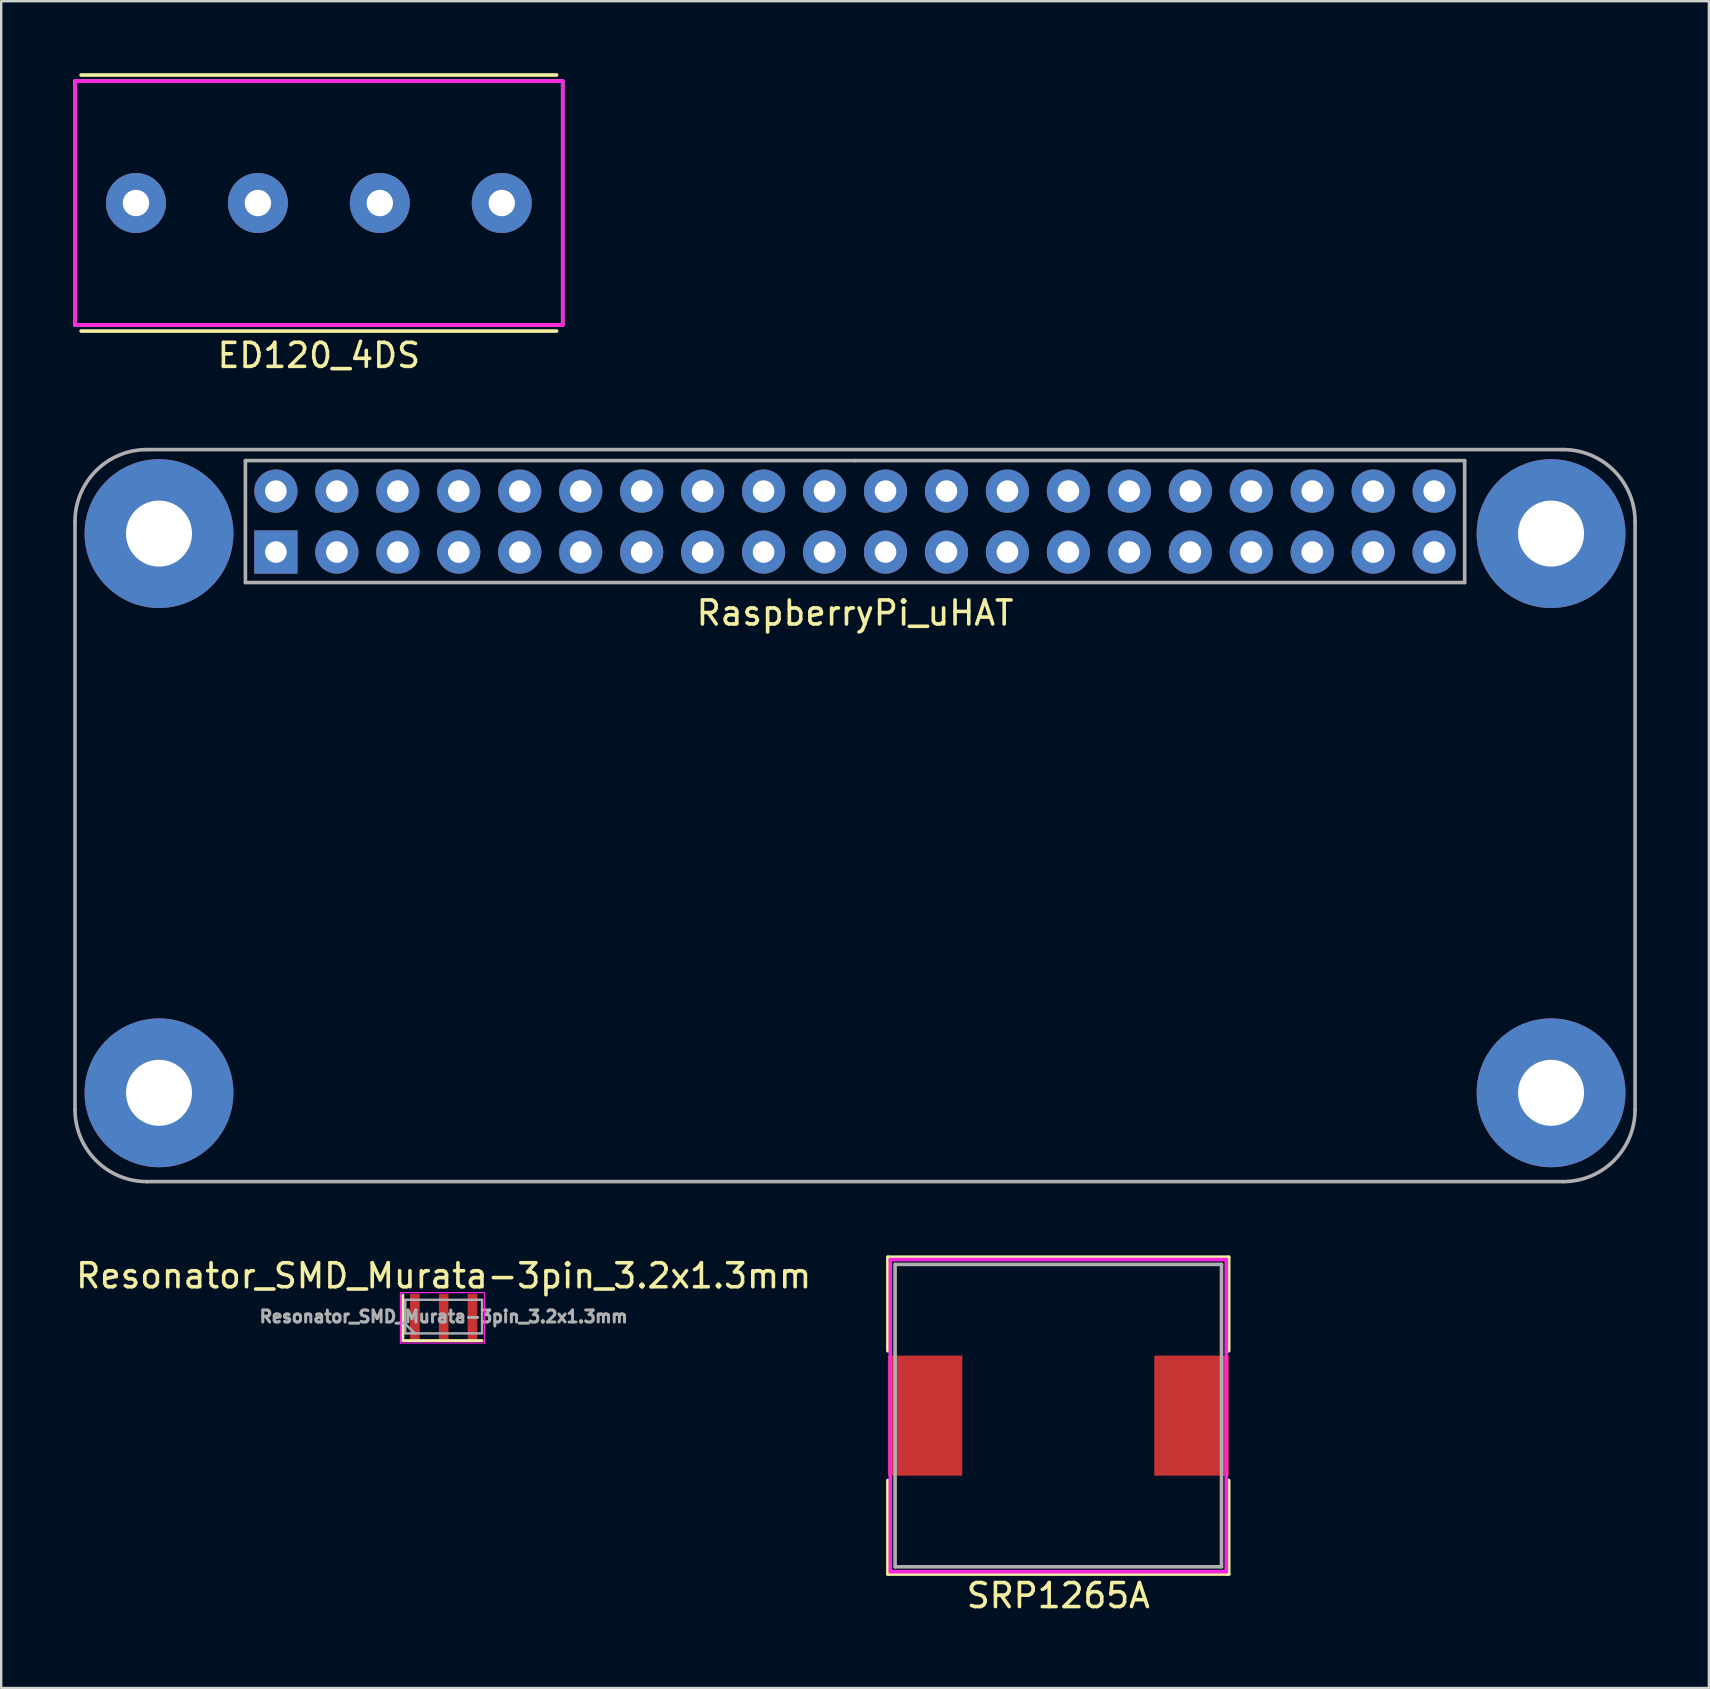
<source format=kicad_pcb>
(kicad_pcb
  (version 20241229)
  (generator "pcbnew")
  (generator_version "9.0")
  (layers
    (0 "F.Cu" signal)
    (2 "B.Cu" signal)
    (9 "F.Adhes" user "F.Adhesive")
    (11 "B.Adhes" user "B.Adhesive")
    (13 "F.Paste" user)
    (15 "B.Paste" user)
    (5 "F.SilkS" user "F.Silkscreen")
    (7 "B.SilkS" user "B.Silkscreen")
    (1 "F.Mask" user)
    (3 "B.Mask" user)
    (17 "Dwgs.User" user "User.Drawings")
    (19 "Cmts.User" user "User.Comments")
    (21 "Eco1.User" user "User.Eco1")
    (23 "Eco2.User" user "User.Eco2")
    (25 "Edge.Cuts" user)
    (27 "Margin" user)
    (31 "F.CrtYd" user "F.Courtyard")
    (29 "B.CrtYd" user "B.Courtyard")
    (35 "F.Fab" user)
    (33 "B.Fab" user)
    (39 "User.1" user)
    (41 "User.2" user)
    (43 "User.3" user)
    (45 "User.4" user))
  (footprint "ED120_4DS"
    (layer "F.Cu")
    (at 10.235 5.409)
    (property "Reference" "ED120_4DS" (at 0 6.35 0) (layer "F.SilkS") (effects (font (size 1 1) (thickness 0.15))))
    (attr through_hole)
    (fp_line (start -9.906 -5.334) (end 9.906 -5.334) (stroke (width 0.15) (type solid)) (layer "F.SilkS"))
    (fp_line (start 9.906 5.334) (end -9.906 5.334) (stroke (width 0.15) (type solid)) (layer "F.SilkS"))
    (fp_line (start -10.16 -5.08) (end 10.16 -5.08) (stroke (width 0.15) (type solid)) (layer "F.CrtYd"))
    (fp_line (start -10.16 5.08) (end -10.16 -5.08) (stroke (width 0.15) (type solid)) (layer "F.CrtYd"))
    (fp_line (start 10.16 -5.08) (end 10.16 5.08) (stroke (width 0.15) (type solid)) (layer "F.CrtYd"))
    (fp_line (start 10.16 5.08) (end -10.16 5.08) (stroke (width 0.15) (type solid)) (layer "F.CrtYd"))
    (fp_line (start -10.16 -5.08) (end 10.16 -5.08) (stroke (width 0.15) (type solid)) (layer "F.Fab"))
    (fp_line (start -10.16 5.08) (end -10.16 -5.08) (stroke (width 0.15) (type solid)) (layer "F.Fab"))
    (fp_line (start 10.16 5.08) (end -10.16 5.08) (stroke (width 0.15) (type solid)) (layer "F.Fab"))
    (fp_line (start 10.16 5.08) (end 10.16 -5.08) (stroke (width 0.15) (type solid)) (layer "F.Fab"))
    (pad "1" thru_hole circle (at -7.62 0) (size 2.5 2.5) (drill 1.1) (layers "*.Cu" "*.Mask"))
    (pad "2" thru_hole circle (at -2.54 0) (size 2.5 2.5) (drill 1.1) (layers "*.Cu" "*.Mask"))
    (pad "3" thru_hole circle (at 2.54 0) (size 2.5 2.5) (drill 1.1) (layers "*.Cu" "*.Mask"))
    (pad "4" thru_hole circle (at 7.62 0) (size 2.5 2.5) (drill 1.1) (layers "*.Cu" "*.Mask")))
  (footprint "SRP1265A"
    (layer "F.Cu")
    (at 41.044 55.932)
    (property "Reference" "SRP1265A" (at 0 7.5 0) (layer "F.SilkS") (effects (font (size 1 1) (thickness 0.15))))
    (attr through_hole)
    (fp_line (start -7.1 -6.6) (end -7.1 -2.7) (stroke (width 0.15) (type solid)) (layer "F.SilkS"))
    (fp_line (start -7.1 -6.6) (end 7.1 -6.6) (stroke (width 0.15) (type solid)) (layer "F.SilkS"))
    (fp_line (start -7.1 6.6) (end -7.1 2.7) (stroke (width 0.15) (type solid)) (layer "F.SilkS"))
    (fp_line (start 7.1 -6.6) (end 7.1 -2.7) (stroke (width 0.15) (type solid)) (layer "F.SilkS"))
    (fp_line (start 7.1 2.7) (end 7.1 6.6) (stroke (width 0.15) (type solid)) (layer "F.SilkS"))
    (fp_line (start 7.1 6.6) (end -7.1 6.6) (stroke (width 0.15) (type solid)) (layer "F.SilkS"))
    (fp_line (start -7 -6.5) (end 7 -6.5) (stroke (width 0.15) (type solid)) (layer "F.CrtYd"))
    (fp_line (start -7 6.5) (end -7 -6.5) (stroke (width 0.15) (type solid)) (layer "F.CrtYd"))
    (fp_line (start 7 -6.5) (end 7 6.5) (stroke (width 0.15) (type solid)) (layer "F.CrtYd"))
    (fp_line (start 7 6.5) (end -7 6.5) (stroke (width 0.15) (type solid)) (layer "F.CrtYd"))
    (fp_line (start -6.8 -6.3) (end 6.8 -6.3) (stroke (width 0.15) (type solid)) (layer "F.Fab"))
    (fp_line (start -6.8 6.3) (end -6.8 -6.3) (stroke (width 0.15) (type solid)) (layer "F.Fab"))
    (fp_line (start 6.8 -6.3) (end 6.8 6.3) (stroke (width 0.15) (type solid)) (layer "F.Fab"))
    (fp_line (start 6.8 6.3) (end -6.8 6.3) (stroke (width 0.15) (type solid)) (layer "F.Fab"))
    (pad "1" smd rect (at -5.55 0) (size 3.1 5) (layers "F.Cu" "F.Mask" "F.Paste"))
    (pad "2" smd rect (at 5.55 0) (size 3.1 5) (layers "F.Cu" "F.Mask" "F.Paste")))
  (footprint "RaspberryPi_uHAT"
    (layer "F.Cu")
    (at 32.575 18.682)
    (property "Reference" "RaspberryPi_uHAT" (at 0 3.81 0) (layer "F.SilkS") (effects (font (size 1 1) (thickness 0.15))))
    (attr through_hole)
    (fp_line (start -32.5 0) (end -32.5 24.5) (stroke (width 0.15) (type solid)) (layer "F.Fab"))
    (fp_line (start -29.5 -3) (end 29.5 -3) (stroke (width 0.15) (type solid)) (layer "F.Fab"))
    (fp_line (start -29.5 27.5) (end 29.5 27.5) (stroke (width 0.15) (type solid)) (layer "F.Fab"))
    (fp_line (start -25.4 -2.54) (end -25.4 2.54) (stroke (width 0.15) (type solid)) (layer "F.Fab"))
    (fp_line (start -25.4 2.54) (end 25.4 2.54) (stroke (width 0.15) (type solid)) (layer "F.Fab"))
    (fp_line (start 0 -2.54) (end -25.4 -2.54) (stroke (width 0.15) (type solid)) (layer "F.Fab"))
    (fp_line (start 25.4 -2.54) (end 0 -2.54) (stroke (width 0.15) (type solid)) (layer "F.Fab"))
    (fp_line (start 25.4 2.54) (end 25.4 -2.54) (stroke (width 0.15) (type solid)) (layer "F.Fab"))
    (fp_line (start 32.5 24.5) (end 32.5 0) (stroke (width 0.15) (type solid)) (layer "F.Fab"))
    (fp_arc (start -32.5 0) (mid -31.62132 -2.12132) (end -29.5 -3) (stroke (width 0.15) (type solid)) (layer "F.Fab"))
    (fp_arc (start -29.5 27.5) (mid -31.62132 26.62132) (end -32.5 24.5) (stroke (width 0.15) (type solid)) (layer "F.Fab"))
    (fp_arc (start 29.5 -3) (mid 31.62132 -2.12132) (end 32.5 0) (stroke (width 0.15) (type solid)) (layer "F.Fab"))
    (fp_arc (start 32.5 24.5) (mid 31.62132 26.62132) (end 29.5 27.5) (stroke (width 0.15) (type solid)) (layer "F.Fab"))
    (pad "" thru_hole circle (at -29 0.5) (size 6.2 6.2) (drill 2.75) (layers "*.Cu" "*.Mask"))
    (pad "" thru_hole circle (at -29 23.8) (size 6.2 6.2) (drill 2.75) (layers "*.Cu" "*.Mask"))
    (pad "" thru_hole circle (at 29 0.5) (size 6.2 6.2) (drill 2.75) (layers "*.Cu" "*.Mask"))
    (pad "" thru_hole circle (at 29 23.8) (size 6.2 6.2) (drill 2.75) (layers "*.Cu" "*.Mask"))
    (pad "1" thru_hole rect (at -24.13 1.27) (size 1.8 1.8) (drill 0.9) (layers "*.Cu" "*.Mask"))
    (pad "2" thru_hole circle (at -21.59 1.27) (size 1.8 1.8) (drill 0.9) (layers "*.Cu" "*.Mask"))
    (pad "3" thru_hole circle (at -19.05 1.27) (size 1.8 1.8) (drill 0.9) (layers "*.Cu" "*.Mask"))
    (pad "4" thru_hole circle (at -16.51 1.27) (size 1.8 1.8) (drill 0.9) (layers "*.Cu" "*.Mask"))
    (pad "5" thru_hole circle (at -13.97 1.27) (size 1.8 1.8) (drill 0.9) (layers "*.Cu" "*.Mask"))
    (pad "6" thru_hole circle (at -11.43 1.27) (size 1.8 1.8) (drill 0.9) (layers "*.Cu" "*.Mask"))
    (pad "7" thru_hole circle (at -8.89 1.27) (size 1.8 1.8) (drill 0.9) (layers "*.Cu" "*.Mask"))
    (pad "8" thru_hole circle (at -6.35 1.27) (size 1.8 1.8) (drill 0.9) (layers "*.Cu" "*.Mask"))
    (pad "9" thru_hole circle (at -3.81 1.27) (size 1.8 1.8) (drill 0.9) (layers "*.Cu" "*.Mask"))
    (pad "10" thru_hole circle (at -1.27 1.27) (size 1.8 1.8) (drill 0.9) (layers "*.Cu" "*.Mask"))
    (pad "11" thru_hole circle (at 1.27 1.27) (size 1.8 1.8) (drill 0.9) (layers "*.Cu" "*.Mask"))
    (pad "12" thru_hole circle (at 3.81 1.27) (size 1.8 1.8) (drill 0.9) (layers "*.Cu" "*.Mask"))
    (pad "13" thru_hole circle (at 6.35 1.27) (size 1.8 1.8) (drill 0.9) (layers "*.Cu" "*.Mask"))
    (pad "14" thru_hole circle (at 8.89 1.27) (size 1.8 1.8) (drill 0.9) (layers "*.Cu" "*.Mask"))
    (pad "15" thru_hole circle (at 11.43 1.27) (size 1.8 1.8) (drill 0.9) (layers "*.Cu" "*.Mask"))
    (pad "16" thru_hole circle (at 13.97 1.27) (size 1.8 1.8) (drill 0.9) (layers "*.Cu" "*.Mask"))
    (pad "17" thru_hole circle (at 16.51 1.27) (size 1.8 1.8) (drill 0.9) (layers "*.Cu" "*.Mask"))
    (pad "18" thru_hole circle (at 19.05 1.27) (size 1.8 1.8) (drill 0.9) (layers "*.Cu" "*.Mask"))
    (pad "19" thru_hole circle (at 21.59 1.27) (size 1.8 1.8) (drill 0.9) (layers "*.Cu" "*.Mask"))
    (pad "20" thru_hole circle (at 24.13 1.27) (size 1.8 1.8) (drill 0.9) (layers "*.Cu" "*.Mask"))
    (pad "21" thru_hole circle (at 24.13 -1.27) (size 1.8 1.8) (drill 0.9) (layers "*.Cu" "*.Mask"))
    (pad "22" thru_hole circle (at 21.59 -1.27) (size 1.8 1.8) (drill 0.9) (layers "*.Cu" "*.Mask"))
    (pad "23" thru_hole circle (at 19.05 -1.27) (size 1.8 1.8) (drill 0.9) (layers "*.Cu" "*.Mask"))
    (pad "24" thru_hole circle (at 16.51 -1.27) (size 1.8 1.8) (drill 0.9) (layers "*.Cu" "*.Mask"))
    (pad "25" thru_hole circle (at 13.97 -1.27) (size 1.8 1.8) (drill 0.9) (layers "*.Cu" "*.Mask"))
    (pad "26" thru_hole circle (at 11.43 -1.27) (size 1.8 1.8) (drill 0.9) (layers "*.Cu" "*.Mask"))
    (pad "27" thru_hole circle (at 8.89 -1.27) (size 1.8 1.8) (drill 0.9) (layers "*.Cu" "*.Mask"))
    (pad "28" thru_hole circle (at 6.35 -1.27) (size 1.8 1.8) (drill 0.9) (layers "*.Cu" "*.Mask"))
    (pad "29" thru_hole circle (at 3.81 -1.27) (size 1.8 1.8) (drill 0.9) (layers "*.Cu" "*.Mask"))
    (pad "30" thru_hole circle (at 1.27 -1.27) (size 1.8 1.8) (drill 0.9) (layers "*.Cu" "*.Mask"))
    (pad "31" thru_hole circle (at -1.27 -1.27) (size 1.8 1.8) (drill 0.9) (layers "*.Cu" "*.Mask"))
    (pad "32" thru_hole circle (at -3.81 -1.27) (size 1.8 1.8) (drill 0.9) (layers "*.Cu" "*.Mask"))
    (pad "33" thru_hole circle (at -6.35 -1.27) (size 1.8 1.8) (drill 0.9) (layers "*.Cu" "*.Mask"))
    (pad "34" thru_hole circle (at -8.89 -1.27) (size 1.8 1.8) (drill 0.9) (layers "*.Cu" "*.Mask"))
    (pad "35" thru_hole circle (at -11.43 -1.27) (size 1.8 1.8) (drill 0.9) (layers "*.Cu" "*.Mask"))
    (pad "36" thru_hole circle (at -13.97 -1.27) (size 1.8 1.8) (drill 0.9) (layers "*.Cu" "*.Mask"))
    (pad "37" thru_hole circle (at -16.51 -1.27) (size 1.8 1.8) (drill 0.9) (layers "*.Cu" "*.Mask"))
    (pad "38" thru_hole circle (at -19.05 -1.27) (size 1.8 1.8) (drill 0.9) (layers "*.Cu" "*.Mask"))
    (pad "39" thru_hole circle (at -21.59 -1.27) (size 1.8 1.8) (drill 0.9) (layers "*.Cu" "*.Mask"))
    (pad "40" thru_hole circle (at -24.13 -1.27) (size 1.8 1.8) (drill 0.9) (layers "*.Cu" "*.Mask")))
  (footprint "Resonator_SMD_Murata-3pin_3.2x1.3mm"
    (layer "F.Cu")
    (at 15.435 51.806)
    (property "Reference" "Resonator_SMD_Murata-3pin_3.2x1.3mm" (at 0 -1.7 0) (layer "F.SilkS") (effects (font (size 1 1) (thickness 0.15))))
    (attr smd)
    (fp_line (start -1.7 -0.9) (end -1.7 1) (stroke (width 0.12) (type solid)) (layer "F.SilkS"))
    (fp_line (start -1.7 1) (end 1.6 1) (stroke (width 0.12) (type solid)) (layer "F.SilkS"))
    (fp_line (start -1.8 -1) (end -1.8 1.1) (stroke (width 0.05) (type solid)) (layer "F.CrtYd"))
    (fp_line (start -1.8 1.1) (end 1.7 1.1) (stroke (width 0.05) (type solid)) (layer "F.CrtYd"))
    (fp_line (start 1.7 -1) (end -1.8 -1) (stroke (width 0.05) (type solid)) (layer "F.CrtYd"))
    (fp_line (start 1.7 1.1) (end 1.7 -1) (stroke (width 0.05) (type solid)) (layer "F.CrtYd"))
    (fp_line (start -1.6 -0.7) (end -1.6 0.7) (stroke (width 0.1) (type solid)) (layer "F.Fab"))
    (fp_line (start -1.6 0.3) (end -1.2 0.7) (stroke (width 0.1) (type solid)) (layer "F.Fab"))
    (fp_line (start -1.6 0.7) (end 1.6 0.7) (stroke (width 0.1) (type solid)) (layer "F.Fab"))
    (fp_line (start 1.6 -0.7) (end -1.6 -0.7) (stroke (width 0.1) (type solid)) (layer "F.Fab"))
    (fp_line (start 1.6 0.7) (end 1.6 -0.7) (stroke (width 0.1) (type solid)) (layer "F.Fab"))
    (fp_text user "${REFERENCE}" (at 0 0 0) (layer "F.Fab") (effects (font (size 0.5 0.5) (thickness 0.125))))
    (pad "1" smd rect (at -1.2 0) (size 0.4 1.9) (layers "F.Cu" "F.Mask" "F.Paste"))
    (pad "2" smd rect (at 0 0) (size 0.4 1.9) (layers "F.Cu" "F.Mask" "F.Paste"))
    (pad "3" smd rect (at 1.2 0) (size 0.4 1.9) (layers "F.Cu" "F.Mask" "F.Paste")))
  (gr_rect
    (start -3 -3)
    (end 68.15 67.281)
    (stroke (width 0.1) (type default))
    (fill no)
    (layer "Edge.Cuts")))
</source>
